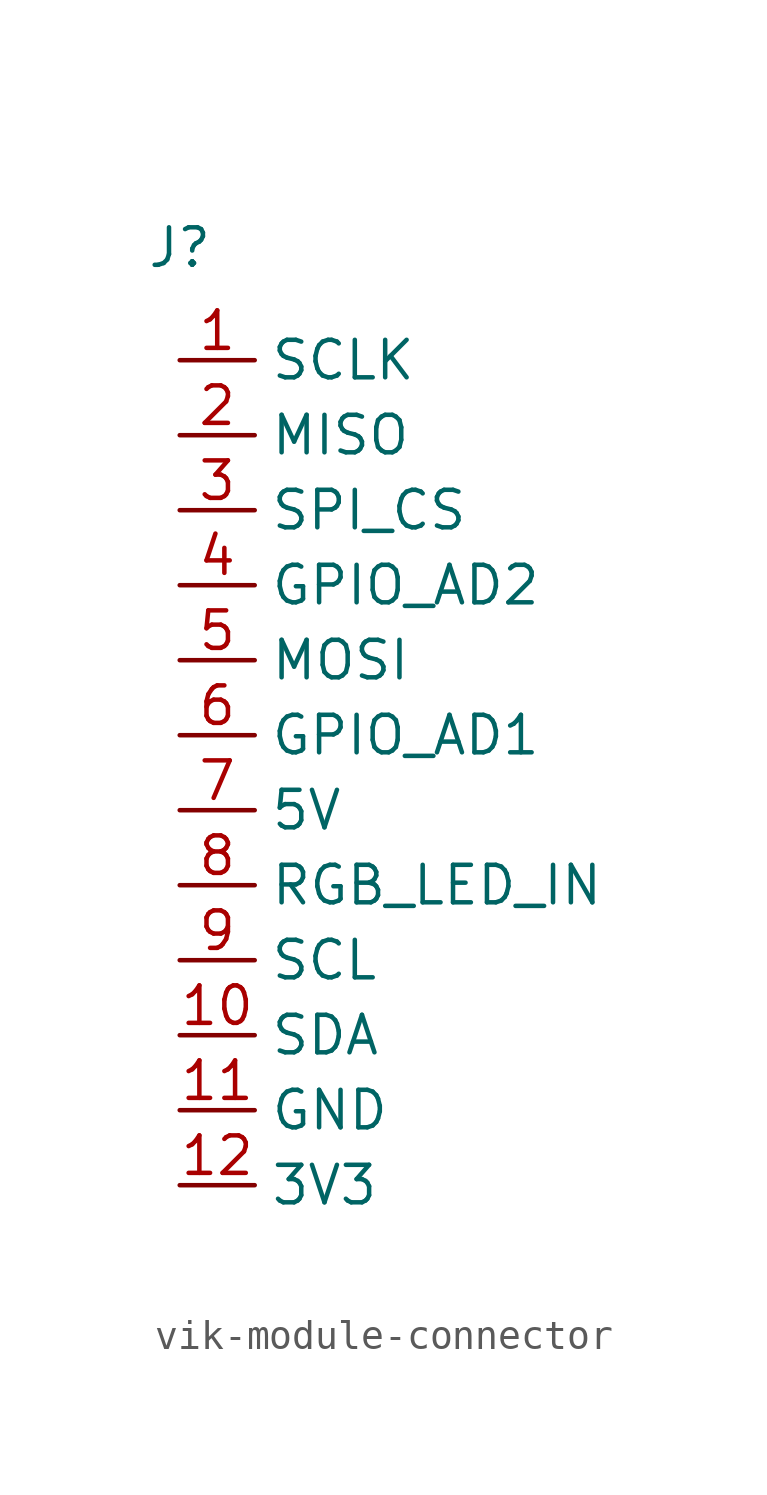
<source format=kicad_sym>
(kicad_symbol_lib
  (version 20220914)
  (generator kicad_symbol_editor)
  (symbol "vik-module-connector"
    (property "Reference" "J"
      (at 0 17.78 0)
      (effects (font (size 1.27 1.27))))
    (property "Value" ""
      (at 0 6.35 0)
      (effects (font (size 1.27 1.27))))
    (symbol "vik-module-connector_1_1"
      (pin input line (at 0 13.97 0) (length 2.54) (name "SCLK" (effects (font (size 1.27 1.27)))) (number "1" (effects (font (size 1.27 1.27)))))
      (pin input line (at 0 -8.89 0) (length 2.54) (name "SDA" (effects (font (size 1.27 1.27)))) (number "10" (effects (font (size 1.27 1.27)))))
      (pin power_in line (at 0 -11.43 0) (length 2.54) (name "GND" (effects (font (size 1.27 1.27)))) (number "11" (effects (font (size 1.27 1.27)))))
      (pin power_in line (at 0 -13.97 0) (length 2.54) (name "3V3" (effects (font (size 1.27 1.27)))) (number "12" (effects (font (size 1.27 1.27)))))
      (pin input line (at 0 11.43 0) (length 2.54) (name "MISO" (effects (font (size 1.27 1.27)))) (number "2" (effects (font (size 1.27 1.27)))))
      (pin input line (at 0 8.89 0) (length 2.54) (name "SPI_CS" (effects (font (size 1.27 1.27)))) (number "3" (effects (font (size 1.27 1.27)))))
      (pin input line (at 0 6.35 0) (length 2.54) (name "GPIO_AD2" (effects (font (size 1.27 1.27)))) (number "4" (effects (font (size 1.27 1.27)))))
      (pin input line (at 0 3.81 0) (length 2.54) (name "MOSI" (effects (font (size 1.27 1.27)))) (number "5" (effects (font (size 1.27 1.27)))))
      (pin input line (at 0 1.27 0) (length 2.54) (name "GPIO_AD1" (effects (font (size 1.27 1.27)))) (number "6" (effects (font (size 1.27 1.27)))))
      (pin power_in line (at 0 -1.27 0) (length 2.54) (name "5V" (effects (font (size 1.27 1.27)))) (number "7" (effects (font (size 1.27 1.27)))))
      (pin input line (at 0 -3.81 0) (length 2.54) (name "RGB_LED_IN" (effects (font (size 1.27 1.27)))) (number "8" (effects (font (size 1.27 1.27)))))
      (pin input line (at 0 -6.35 0) (length 2.54) (name "SCL" (effects (font (size 1.27 1.27)))) (number "9" (effects (font (size 1.27 1.27))))))))
</source>
